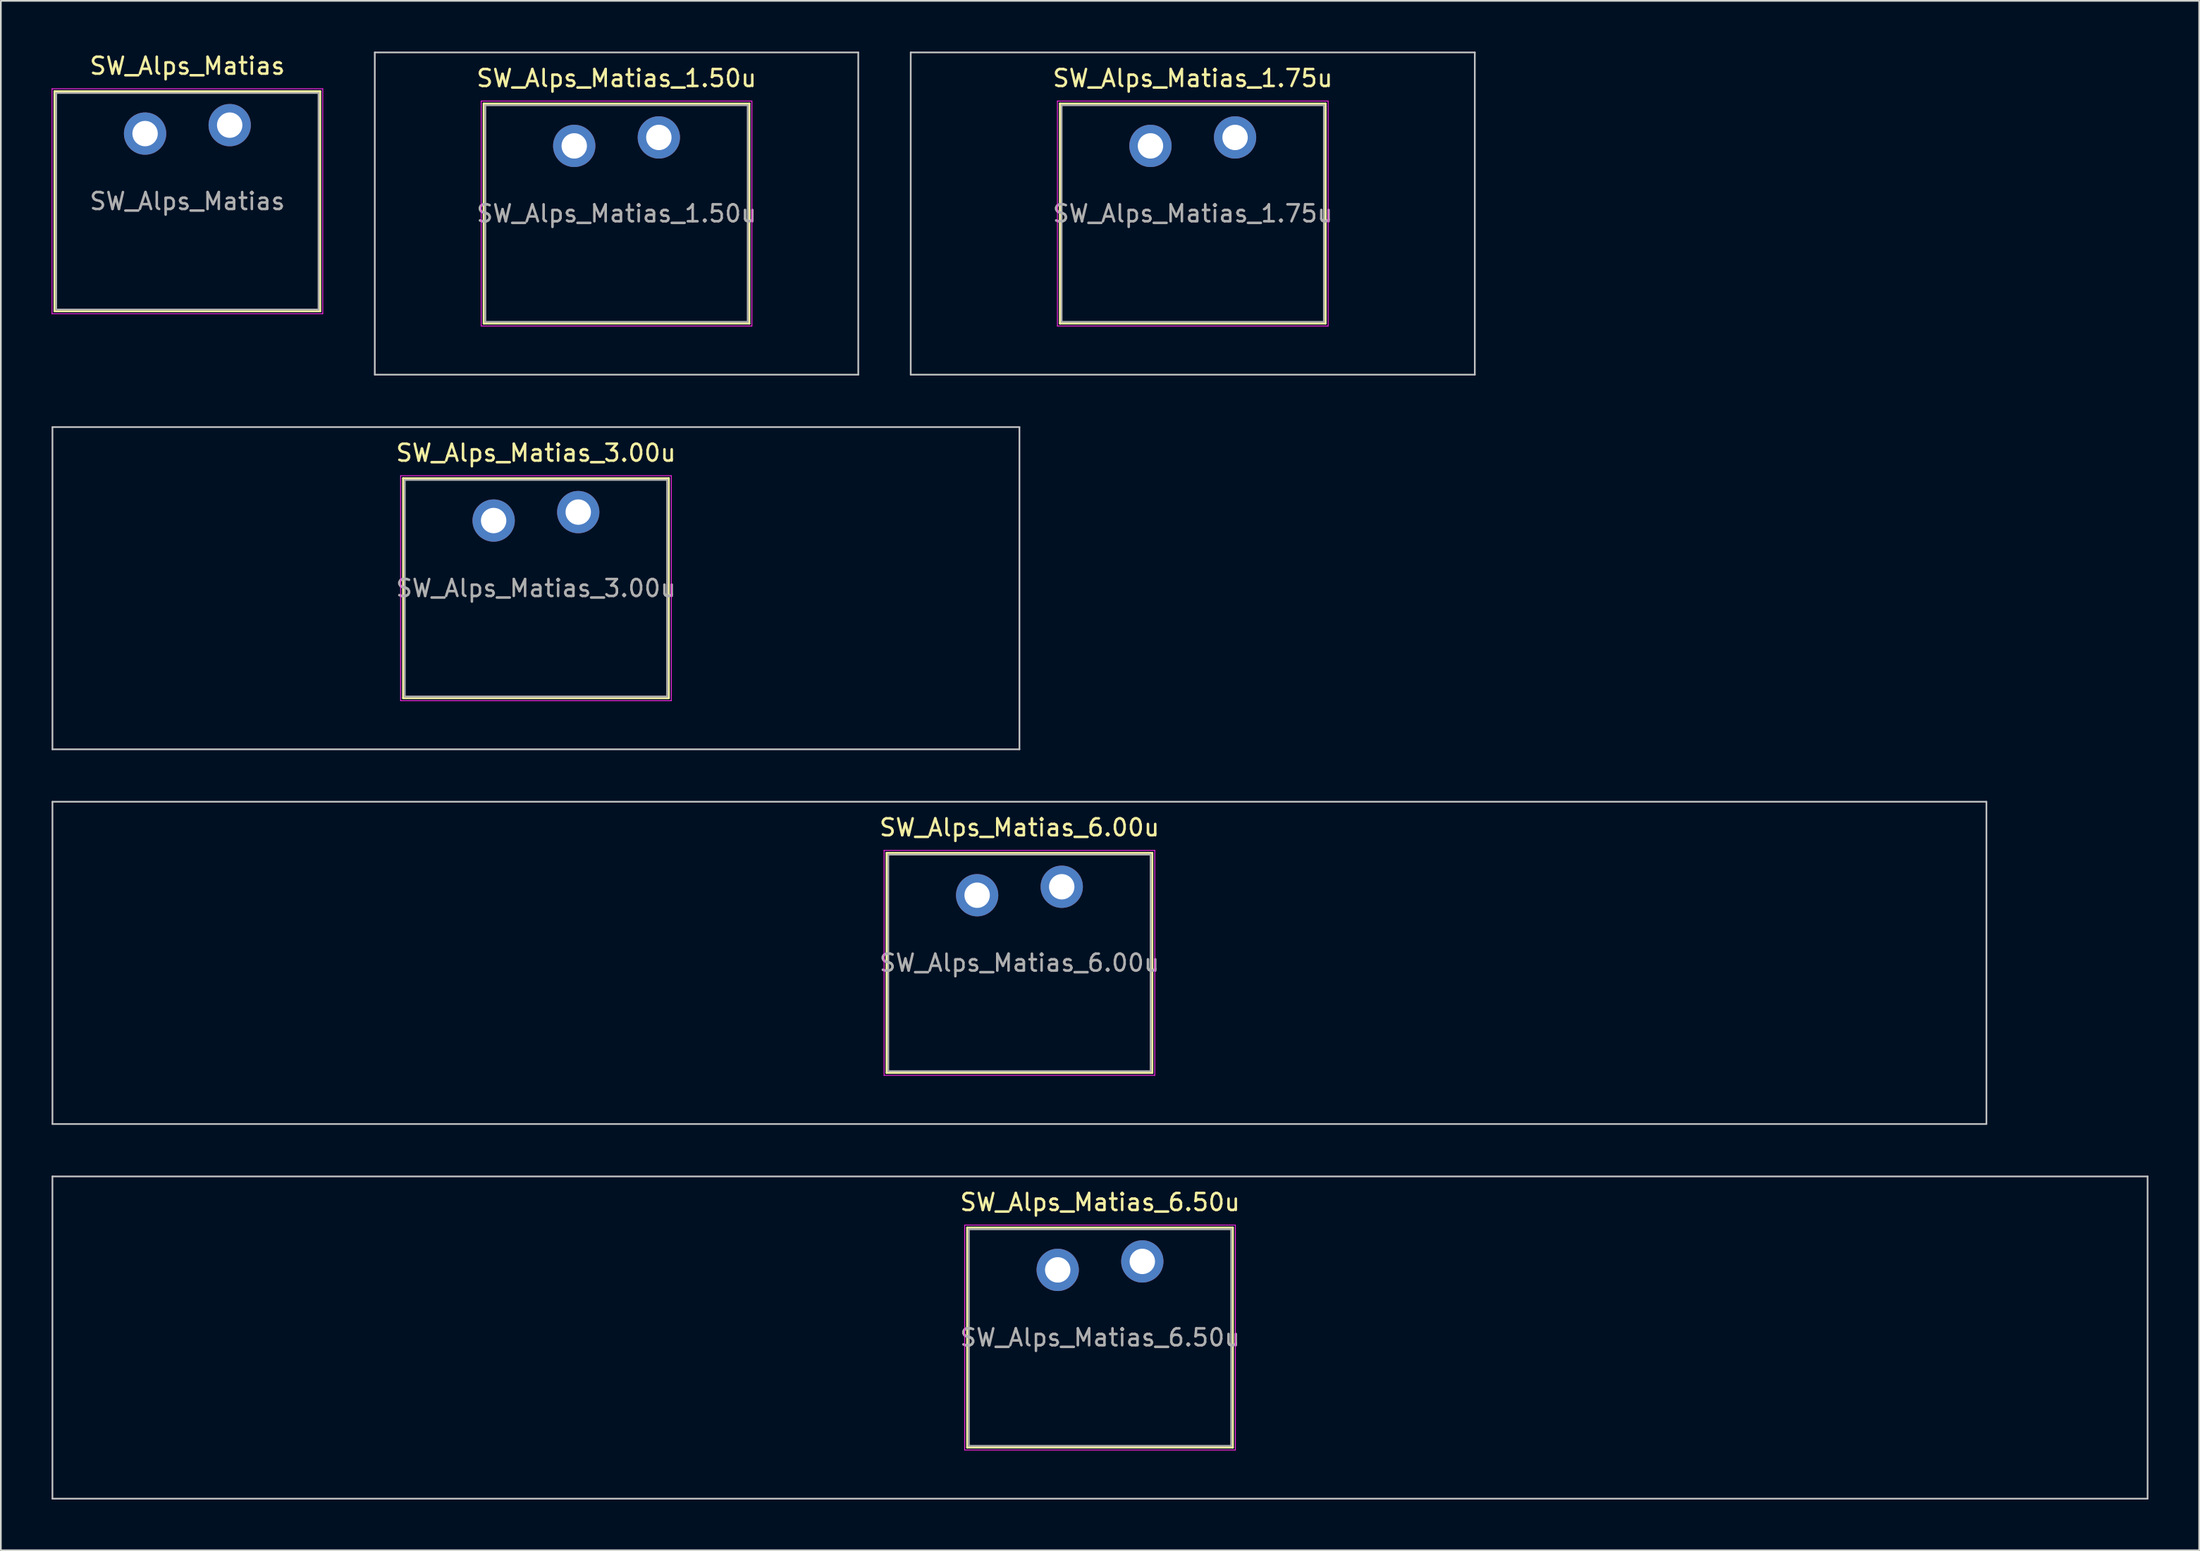
<source format=kicad_pcb>
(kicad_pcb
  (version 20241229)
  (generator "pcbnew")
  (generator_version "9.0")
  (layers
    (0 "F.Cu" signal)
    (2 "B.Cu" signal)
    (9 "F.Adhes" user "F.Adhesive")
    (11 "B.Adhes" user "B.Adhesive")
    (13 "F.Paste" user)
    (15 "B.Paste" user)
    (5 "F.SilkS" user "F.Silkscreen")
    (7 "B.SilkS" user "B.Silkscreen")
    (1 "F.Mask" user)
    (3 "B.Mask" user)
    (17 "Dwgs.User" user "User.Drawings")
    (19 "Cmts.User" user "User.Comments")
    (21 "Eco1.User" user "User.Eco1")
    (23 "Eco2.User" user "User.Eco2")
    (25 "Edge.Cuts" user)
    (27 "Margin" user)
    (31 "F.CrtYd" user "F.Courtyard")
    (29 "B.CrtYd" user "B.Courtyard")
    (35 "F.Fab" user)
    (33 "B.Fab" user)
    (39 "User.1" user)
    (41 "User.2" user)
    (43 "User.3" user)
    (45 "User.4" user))
  (footprint "SW_Alps_Matias"
    (layer "F.Cu")
    (at 8.025 8.848)
    (property "Reference" "SW_Alps_Matias" (at 0 -8 0) (layer "F.SilkS") (effects (font (size 1 1) (thickness 0.15))))
    (attr through_hole)
    (fp_line (start -7.85 -6.5) (end -7.85 6.5) (stroke (width 0.12) (type solid)) (layer "F.SilkS"))
    (fp_line (start -7.85 6.5) (end 7.85 6.5) (stroke (width 0.12) (type solid)) (layer "F.SilkS"))
    (fp_line (start 7.85 -6.5) (end -7.85 -6.5) (stroke (width 0.12) (type solid)) (layer "F.SilkS"))
    (fp_line (start 7.85 6.5) (end 7.85 -6.5) (stroke (width 0.12) (type solid)) (layer "F.SilkS"))
    (fp_line (start -7.75 -6.4) (end -7.75 6.4) (stroke (width 0.1) (type solid)) (layer "Eco1.User"))
    (fp_line (start -7.75 6.4) (end 7.75 6.4) (stroke (width 0.1) (type solid)) (layer "Eco1.User"))
    (fp_line (start 7.75 -6.4) (end -7.75 -6.4) (stroke (width 0.1) (type solid)) (layer "Eco1.User"))
    (fp_line (start 7.75 6.4) (end 7.75 -6.4) (stroke (width 0.1) (type solid)) (layer "Eco1.User"))
    (fp_line (start -8 -6.65) (end -8 6.65) (stroke (width 0.05) (type solid)) (layer "F.CrtYd"))
    (fp_line (start -8 6.65) (end 8 6.65) (stroke (width 0.05) (type solid)) (layer "F.CrtYd"))
    (fp_line (start 8 -6.65) (end -8 -6.65) (stroke (width 0.05) (type solid)) (layer "F.CrtYd"))
    (fp_line (start 8 6.65) (end 8 -6.65) (stroke (width 0.05) (type solid)) (layer "F.CrtYd"))
    (fp_line (start -7.75 -6.4) (end -7.75 6.4) (stroke (width 0.1) (type solid)) (layer "F.Fab"))
    (fp_line (start -7.75 6.4) (end 7.75 6.4) (stroke (width 0.1) (type solid)) (layer "F.Fab"))
    (fp_line (start 7.75 -6.4) (end -7.75 -6.4) (stroke (width 0.1) (type solid)) (layer "F.Fab"))
    (fp_line (start 7.75 6.4) (end 7.75 -6.4) (stroke (width 0.1) (type solid)) (layer "F.Fab"))
    (fp_text user "${REFERENCE}" (at 0 0 0) (layer "F.Fab") (effects (font (size 1 1) (thickness 0.15))))
    (pad "" smd circle (at -2.5 -4) (size 1.55 1.55) (layers "F.Mask"))
    (pad "" smd circle (at 2.5 -4.5) (size 1.55 1.55) (layers "F.Mask"))
    (pad "1" thru_hole circle (at -2.5 -4) (size 2.5 2.5) (drill 1.5) (layers "*.Cu" "B.Mask"))
    (pad "2" thru_hole circle (at 2.5 -4.5) (size 2.5 2.5) (drill 1.5) (layers "*.Cu" "B.Mask")))
  (footprint "SW_Alps_Matias_3.00u"
    (layer "F.Cu")
    (at 28.625 31.725)
    (property "Reference" "SW_Alps_Matias_3.00u" (at 0 -8 0) (layer "F.SilkS") (effects (font (size 1 1) (thickness 0.15))))
    (attr through_hole)
    (fp_line (start -7.85 -6.5) (end -7.85 6.5) (stroke (width 0.12) (type solid)) (layer "F.SilkS"))
    (fp_line (start -7.85 6.5) (end 7.85 6.5) (stroke (width 0.12) (type solid)) (layer "F.SilkS"))
    (fp_line (start 7.85 -6.5) (end -7.85 -6.5) (stroke (width 0.12) (type solid)) (layer "F.SilkS"))
    (fp_line (start 7.85 6.5) (end 7.85 -6.5) (stroke (width 0.12) (type solid)) (layer "F.SilkS"))
    (fp_line (start -28.575 -9.525) (end -28.575 9.525) (stroke (width 0.1) (type solid)) (layer "Dwgs.User"))
    (fp_line (start -28.575 9.525) (end 28.575 9.525) (stroke (width 0.1) (type solid)) (layer "Dwgs.User"))
    (fp_line (start 28.575 -9.525) (end -28.575 -9.525) (stroke (width 0.1) (type solid)) (layer "Dwgs.User"))
    (fp_line (start 28.575 9.525) (end 28.575 -9.525) (stroke (width 0.1) (type solid)) (layer "Dwgs.User"))
    (fp_line (start -7.75 -6.4) (end -7.75 6.4) (stroke (width 0.1) (type solid)) (layer "Eco1.User"))
    (fp_line (start -7.75 6.4) (end 7.75 6.4) (stroke (width 0.1) (type solid)) (layer "Eco1.User"))
    (fp_line (start 7.75 -6.4) (end -7.75 -6.4) (stroke (width 0.1) (type solid)) (layer "Eco1.User"))
    (fp_line (start 7.75 6.4) (end 7.75 -6.4) (stroke (width 0.1) (type solid)) (layer "Eco1.User"))
    (fp_line (start -8 -6.65) (end -8 6.65) (stroke (width 0.05) (type solid)) (layer "F.CrtYd"))
    (fp_line (start -8 6.65) (end 8 6.65) (stroke (width 0.05) (type solid)) (layer "F.CrtYd"))
    (fp_line (start 8 -6.65) (end -8 -6.65) (stroke (width 0.05) (type solid)) (layer "F.CrtYd"))
    (fp_line (start 8 6.65) (end 8 -6.65) (stroke (width 0.05) (type solid)) (layer "F.CrtYd"))
    (fp_line (start -7.75 -6.4) (end -7.75 6.4) (stroke (width 0.1) (type solid)) (layer "F.Fab"))
    (fp_line (start -7.75 6.4) (end 7.75 6.4) (stroke (width 0.1) (type solid)) (layer "F.Fab"))
    (fp_line (start 7.75 -6.4) (end -7.75 -6.4) (stroke (width 0.1) (type solid)) (layer "F.Fab"))
    (fp_line (start 7.75 6.4) (end 7.75 -6.4) (stroke (width 0.1) (type solid)) (layer "F.Fab"))
    (fp_text user "${REFERENCE}" (at 0 0 0) (layer "F.Fab") (effects (font (size 1 1) (thickness 0.15))))
    (pad "" smd circle (at -2.5 -4) (size 1.55 1.55) (layers "F.Mask"))
    (pad "" smd circle (at 2.5 -4.5) (size 1.55 1.55) (layers "F.Mask"))
    (pad "1" thru_hole circle (at -2.5 -4) (size 2.5 2.5) (drill 1.5) (layers "*.Cu" "B.Mask"))
    (pad "2" thru_hole circle (at 2.5 -4.5) (size 2.5 2.5) (drill 1.5) (layers "*.Cu" "B.Mask")))
  (footprint "SW_Alps_Matias_1.75u"
    (layer "F.Cu")
    (at 67.444 9.575)
    (property "Reference" "SW_Alps_Matias_1.75u" (at 0 -8 0) (layer "F.SilkS") (effects (font (size 1 1) (thickness 0.15))))
    (attr through_hole)
    (fp_line (start -7.85 -6.5) (end -7.85 6.5) (stroke (width 0.12) (type solid)) (layer "F.SilkS"))
    (fp_line (start -7.85 6.5) (end 7.85 6.5) (stroke (width 0.12) (type solid)) (layer "F.SilkS"))
    (fp_line (start 7.85 -6.5) (end -7.85 -6.5) (stroke (width 0.12) (type solid)) (layer "F.SilkS"))
    (fp_line (start 7.85 6.5) (end 7.85 -6.5) (stroke (width 0.12) (type solid)) (layer "F.SilkS"))
    (fp_line (start -16.669 -9.525) (end -16.669 9.525) (stroke (width 0.1) (type solid)) (layer "Dwgs.User"))
    (fp_line (start -16.669 9.525) (end 16.669 9.525) (stroke (width 0.1) (type solid)) (layer "Dwgs.User"))
    (fp_line (start 16.669 -9.525) (end -16.669 -9.525) (stroke (width 0.1) (type solid)) (layer "Dwgs.User"))
    (fp_line (start 16.669 9.525) (end 16.669 -9.525) (stroke (width 0.1) (type solid)) (layer "Dwgs.User"))
    (fp_line (start -7.75 -6.4) (end -7.75 6.4) (stroke (width 0.1) (type solid)) (layer "Eco1.User"))
    (fp_line (start -7.75 6.4) (end 7.75 6.4) (stroke (width 0.1) (type solid)) (layer "Eco1.User"))
    (fp_line (start 7.75 -6.4) (end -7.75 -6.4) (stroke (width 0.1) (type solid)) (layer "Eco1.User"))
    (fp_line (start 7.75 6.4) (end 7.75 -6.4) (stroke (width 0.1) (type solid)) (layer "Eco1.User"))
    (fp_line (start -8 -6.65) (end -8 6.65) (stroke (width 0.05) (type solid)) (layer "F.CrtYd"))
    (fp_line (start -8 6.65) (end 8 6.65) (stroke (width 0.05) (type solid)) (layer "F.CrtYd"))
    (fp_line (start 8 -6.65) (end -8 -6.65) (stroke (width 0.05) (type solid)) (layer "F.CrtYd"))
    (fp_line (start 8 6.65) (end 8 -6.65) (stroke (width 0.05) (type solid)) (layer "F.CrtYd"))
    (fp_line (start -7.75 -6.4) (end -7.75 6.4) (stroke (width 0.1) (type solid)) (layer "F.Fab"))
    (fp_line (start -7.75 6.4) (end 7.75 6.4) (stroke (width 0.1) (type solid)) (layer "F.Fab"))
    (fp_line (start 7.75 -6.4) (end -7.75 -6.4) (stroke (width 0.1) (type solid)) (layer "F.Fab"))
    (fp_line (start 7.75 6.4) (end 7.75 -6.4) (stroke (width 0.1) (type solid)) (layer "F.Fab"))
    (fp_text user "${REFERENCE}" (at 0 0 0) (layer "F.Fab") (effects (font (size 1 1) (thickness 0.15))))
    (pad "" smd circle (at -2.5 -4) (size 1.55 1.55) (layers "F.Mask"))
    (pad "" smd circle (at 2.5 -4.5) (size 1.55 1.55) (layers "F.Mask"))
    (pad "1" thru_hole circle (at -2.5 -4) (size 2.5 2.5) (drill 1.5) (layers "*.Cu" "B.Mask"))
    (pad "2" thru_hole circle (at 2.5 -4.5) (size 2.5 2.5) (drill 1.5) (layers "*.Cu" "B.Mask")))
  (footprint "SW_Alps_Matias_6.50u"
    (layer "F.Cu")
    (at 61.962 76.025)
    (property "Reference" "SW_Alps_Matias_6.50u" (at 0 -8 0) (layer "F.SilkS") (effects (font (size 1 1) (thickness 0.15))))
    (attr through_hole)
    (fp_line (start -7.85 -6.5) (end -7.85 6.5) (stroke (width 0.12) (type solid)) (layer "F.SilkS"))
    (fp_line (start -7.85 6.5) (end 7.85 6.5) (stroke (width 0.12) (type solid)) (layer "F.SilkS"))
    (fp_line (start 7.85 -6.5) (end -7.85 -6.5) (stroke (width 0.12) (type solid)) (layer "F.SilkS"))
    (fp_line (start 7.85 6.5) (end 7.85 -6.5) (stroke (width 0.12) (type solid)) (layer "F.SilkS"))
    (fp_line (start -61.913 -9.525) (end -61.913 9.525) (stroke (width 0.1) (type solid)) (layer "Dwgs.User"))
    (fp_line (start -61.913 9.525) (end 61.913 9.525) (stroke (width 0.1) (type solid)) (layer "Dwgs.User"))
    (fp_line (start 61.913 -9.525) (end -61.913 -9.525) (stroke (width 0.1) (type solid)) (layer "Dwgs.User"))
    (fp_line (start 61.913 9.525) (end 61.913 -9.525) (stroke (width 0.1) (type solid)) (layer "Dwgs.User"))
    (fp_line (start -7.75 -6.4) (end -7.75 6.4) (stroke (width 0.1) (type solid)) (layer "Eco1.User"))
    (fp_line (start -7.75 6.4) (end 7.75 6.4) (stroke (width 0.1) (type solid)) (layer "Eco1.User"))
    (fp_line (start 7.75 -6.4) (end -7.75 -6.4) (stroke (width 0.1) (type solid)) (layer "Eco1.User"))
    (fp_line (start 7.75 6.4) (end 7.75 -6.4) (stroke (width 0.1) (type solid)) (layer "Eco1.User"))
    (fp_line (start -8 -6.65) (end -8 6.65) (stroke (width 0.05) (type solid)) (layer "F.CrtYd"))
    (fp_line (start -8 6.65) (end 8 6.65) (stroke (width 0.05) (type solid)) (layer "F.CrtYd"))
    (fp_line (start 8 -6.65) (end -8 -6.65) (stroke (width 0.05) (type solid)) (layer "F.CrtYd"))
    (fp_line (start 8 6.65) (end 8 -6.65) (stroke (width 0.05) (type solid)) (layer "F.CrtYd"))
    (fp_line (start -7.75 -6.4) (end -7.75 6.4) (stroke (width 0.1) (type solid)) (layer "F.Fab"))
    (fp_line (start -7.75 6.4) (end 7.75 6.4) (stroke (width 0.1) (type solid)) (layer "F.Fab"))
    (fp_line (start 7.75 -6.4) (end -7.75 -6.4) (stroke (width 0.1) (type solid)) (layer "F.Fab"))
    (fp_line (start 7.75 6.4) (end 7.75 -6.4) (stroke (width 0.1) (type solid)) (layer "F.Fab"))
    (fp_text user "${REFERENCE}" (at 0 0 0) (layer "F.Fab") (effects (font (size 1 1) (thickness 0.15))))
    (pad "" smd circle (at -2.5 -4) (size 1.55 1.55) (layers "F.Mask"))
    (pad "" smd circle (at 2.5 -4.5) (size 1.55 1.55) (layers "F.Mask"))
    (pad "1" thru_hole circle (at -2.5 -4) (size 2.5 2.5) (drill 1.5) (layers "*.Cu" "B.Mask"))
    (pad "2" thru_hole circle (at 2.5 -4.5) (size 2.5 2.5) (drill 1.5) (layers "*.Cu" "B.Mask")))
  (footprint "SW_Alps_Matias_1.50u"
    (layer "F.Cu")
    (at 33.388 9.575)
    (property "Reference" "SW_Alps_Matias_1.50u" (at 0 -8 0) (layer "F.SilkS") (effects (font (size 1 1) (thickness 0.15))))
    (attr through_hole)
    (fp_line (start -7.85 -6.5) (end -7.85 6.5) (stroke (width 0.12) (type solid)) (layer "F.SilkS"))
    (fp_line (start -7.85 6.5) (end 7.85 6.5) (stroke (width 0.12) (type solid)) (layer "F.SilkS"))
    (fp_line (start 7.85 -6.5) (end -7.85 -6.5) (stroke (width 0.12) (type solid)) (layer "F.SilkS"))
    (fp_line (start 7.85 6.5) (end 7.85 -6.5) (stroke (width 0.12) (type solid)) (layer "F.SilkS"))
    (fp_line (start -14.287 -9.525) (end -14.287 9.525) (stroke (width 0.1) (type solid)) (layer "Dwgs.User"))
    (fp_line (start -14.287 9.525) (end 14.287 9.525) (stroke (width 0.1) (type solid)) (layer "Dwgs.User"))
    (fp_line (start 14.287 -9.525) (end -14.287 -9.525) (stroke (width 0.1) (type solid)) (layer "Dwgs.User"))
    (fp_line (start 14.287 9.525) (end 14.287 -9.525) (stroke (width 0.1) (type solid)) (layer "Dwgs.User"))
    (fp_line (start -7.75 -6.4) (end -7.75 6.4) (stroke (width 0.1) (type solid)) (layer "Eco1.User"))
    (fp_line (start -7.75 6.4) (end 7.75 6.4) (stroke (width 0.1) (type solid)) (layer "Eco1.User"))
    (fp_line (start 7.75 -6.4) (end -7.75 -6.4) (stroke (width 0.1) (type solid)) (layer "Eco1.User"))
    (fp_line (start 7.75 6.4) (end 7.75 -6.4) (stroke (width 0.1) (type solid)) (layer "Eco1.User"))
    (fp_line (start -8 -6.65) (end -8 6.65) (stroke (width 0.05) (type solid)) (layer "F.CrtYd"))
    (fp_line (start -8 6.65) (end 8 6.65) (stroke (width 0.05) (type solid)) (layer "F.CrtYd"))
    (fp_line (start 8 -6.65) (end -8 -6.65) (stroke (width 0.05) (type solid)) (layer "F.CrtYd"))
    (fp_line (start 8 6.65) (end 8 -6.65) (stroke (width 0.05) (type solid)) (layer "F.CrtYd"))
    (fp_line (start -7.75 -6.4) (end -7.75 6.4) (stroke (width 0.1) (type solid)) (layer "F.Fab"))
    (fp_line (start -7.75 6.4) (end 7.75 6.4) (stroke (width 0.1) (type solid)) (layer "F.Fab"))
    (fp_line (start 7.75 -6.4) (end -7.75 -6.4) (stroke (width 0.1) (type solid)) (layer "F.Fab"))
    (fp_line (start 7.75 6.4) (end 7.75 -6.4) (stroke (width 0.1) (type solid)) (layer "F.Fab"))
    (fp_text user "${REFERENCE}" (at 0 0 0) (layer "F.Fab") (effects (font (size 1 1) (thickness 0.15))))
    (pad "" smd circle (at -2.5 -4) (size 1.55 1.55) (layers "F.Mask"))
    (pad "" smd circle (at 2.5 -4.5) (size 1.55 1.55) (layers "F.Mask"))
    (pad "1" thru_hole circle (at -2.5 -4) (size 2.5 2.5) (drill 1.5) (layers "*.Cu" "B.Mask"))
    (pad "2" thru_hole circle (at 2.5 -4.5) (size 2.5 2.5) (drill 1.5) (layers "*.Cu" "B.Mask")))
  (footprint "SW_Alps_Matias_6.00u"
    (layer "F.Cu")
    (at 57.2 53.875)
    (property "Reference" "SW_Alps_Matias_6.00u" (at 0 -8 0) (layer "F.SilkS") (effects (font (size 1 1) (thickness 0.15))))
    (attr through_hole)
    (fp_line (start -7.85 -6.5) (end -7.85 6.5) (stroke (width 0.12) (type solid)) (layer "F.SilkS"))
    (fp_line (start -7.85 6.5) (end 7.85 6.5) (stroke (width 0.12) (type solid)) (layer "F.SilkS"))
    (fp_line (start 7.85 -6.5) (end -7.85 -6.5) (stroke (width 0.12) (type solid)) (layer "F.SilkS"))
    (fp_line (start 7.85 6.5) (end 7.85 -6.5) (stroke (width 0.12) (type solid)) (layer "F.SilkS"))
    (fp_line (start -57.15 -9.525) (end -57.15 9.525) (stroke (width 0.1) (type solid)) (layer "Dwgs.User"))
    (fp_line (start -57.15 9.525) (end 57.15 9.525) (stroke (width 0.1) (type solid)) (layer "Dwgs.User"))
    (fp_line (start 57.15 -9.525) (end -57.15 -9.525) (stroke (width 0.1) (type solid)) (layer "Dwgs.User"))
    (fp_line (start 57.15 9.525) (end 57.15 -9.525) (stroke (width 0.1) (type solid)) (layer "Dwgs.User"))
    (fp_line (start -7.75 -6.4) (end -7.75 6.4) (stroke (width 0.1) (type solid)) (layer "Eco1.User"))
    (fp_line (start -7.75 6.4) (end 7.75 6.4) (stroke (width 0.1) (type solid)) (layer "Eco1.User"))
    (fp_line (start 7.75 -6.4) (end -7.75 -6.4) (stroke (width 0.1) (type solid)) (layer "Eco1.User"))
    (fp_line (start 7.75 6.4) (end 7.75 -6.4) (stroke (width 0.1) (type solid)) (layer "Eco1.User"))
    (fp_line (start -8 -6.65) (end -8 6.65) (stroke (width 0.05) (type solid)) (layer "F.CrtYd"))
    (fp_line (start -8 6.65) (end 8 6.65) (stroke (width 0.05) (type solid)) (layer "F.CrtYd"))
    (fp_line (start 8 -6.65) (end -8 -6.65) (stroke (width 0.05) (type solid)) (layer "F.CrtYd"))
    (fp_line (start 8 6.65) (end 8 -6.65) (stroke (width 0.05) (type solid)) (layer "F.CrtYd"))
    (fp_line (start -7.75 -6.4) (end -7.75 6.4) (stroke (width 0.1) (type solid)) (layer "F.Fab"))
    (fp_line (start -7.75 6.4) (end 7.75 6.4) (stroke (width 0.1) (type solid)) (layer "F.Fab"))
    (fp_line (start 7.75 -6.4) (end -7.75 -6.4) (stroke (width 0.1) (type solid)) (layer "F.Fab"))
    (fp_line (start 7.75 6.4) (end 7.75 -6.4) (stroke (width 0.1) (type solid)) (layer "F.Fab"))
    (fp_text user "${REFERENCE}" (at 0 0 0) (layer "F.Fab") (effects (font (size 1 1) (thickness 0.15))))
    (pad "" smd circle (at -2.5 -4) (size 1.55 1.55) (layers "F.Mask"))
    (pad "" smd circle (at 2.5 -4.5) (size 1.55 1.55) (layers "F.Mask"))
    (pad "1" thru_hole circle (at -2.5 -4) (size 2.5 2.5) (drill 1.5) (layers "*.Cu" "B.Mask"))
    (pad "2" thru_hole circle (at 2.5 -4.5) (size 2.5 2.5) (drill 1.5) (layers "*.Cu" "B.Mask")))
  (gr_rect
    (start -3 -3)
    (end 126.925 88.6)
    (stroke (width 0.1) (type default))
    (fill no)
    (layer "Edge.Cuts")))
</source>
